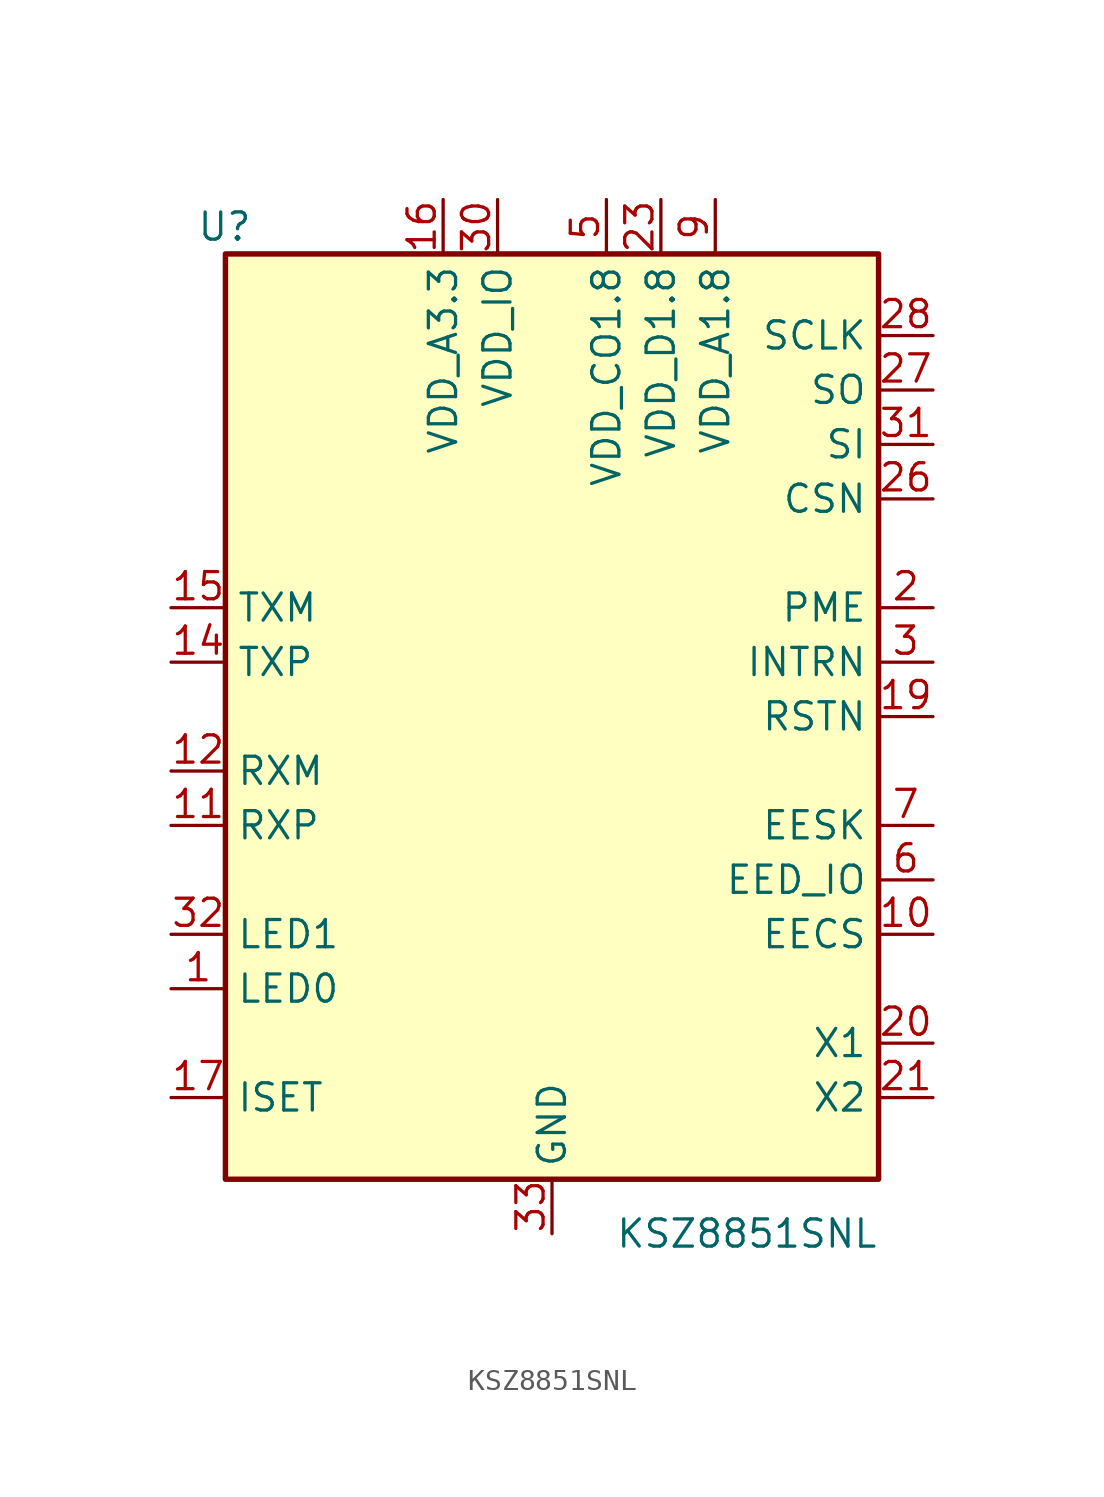
<source format=kicad_sym>
(kicad_symbol_lib
  (version 20220914)
  (generator kicad_symbol_editor)
  (symbol "KSZ8851SNL"
    (property "Reference" "U"
      (at -13.97 22.86 0)
      (effects (font (size 1.27 1.27)) (justify right)))
    (property "Value" "KSZ8851SNL"
      (at 15.24 -24.13 0)
      (effects (font (size 1.27 1.27)) (justify right)))
    (symbol "KSZ8851SNL_1_1"
      (rectangle (start -15.24 21.59) (end 15.24 -21.59) (stroke (width 0.254) (type default)) (fill (type background)))
      (pin output line (at -17.78 -12.7 0) (length 2.54) (name "LED0" (effects (font (size 1.27 1.27)))) (number "1" (effects (font (size 1.27 1.27)))))
      (pin output line (at 17.78 -10.16 180) (length 2.54) (name "EECS" (effects (font (size 1.27 1.27)))) (number "10" (effects (font (size 1.27 1.27)))))
      (pin bidirectional line (at -17.78 -5.08 0) (length 2.54) (name "RXP" (effects (font (size 1.27 1.27)))) (number "11" (effects (font (size 1.27 1.27)))))
      (pin bidirectional line (at -17.78 -2.54 0) (length 2.54) (name "RXM" (effects (font (size 1.27 1.27)))) (number "12" (effects (font (size 1.27 1.27)))))
      (pin power_in line (at 0 -24.13 90) (length 2.54) hide (name "AGND" (effects (font (size 1.27 1.27)))) (number "13" (effects (font (size 1.27 1.27)))))
      (pin bidirectional line (at -17.78 2.54 0) (length 2.54) (name "TXP" (effects (font (size 1.27 1.27)))) (number "14" (effects (font (size 1.27 1.27)))))
      (pin bidirectional line (at -17.78 5.08 0) (length 2.54) (name "TXM" (effects (font (size 1.27 1.27)))) (number "15" (effects (font (size 1.27 1.27)))))
      (pin power_in line (at -5.08 24.13 270) (length 2.54) (name "VDD_A3.3" (effects (font (size 1.27 1.27)))) (number "16" (effects (font (size 1.27 1.27)))))
      (pin output line (at -17.78 -17.78 0) (length 2.54) (name "ISET" (effects (font (size 1.27 1.27)))) (number "17" (effects (font (size 1.27 1.27)))))
      (pin power_in line (at 0 -24.13 90) (length 2.54) hide (name "AGND" (effects (font (size 1.27 1.27)))) (number "18" (effects (font (size 1.27 1.27)))))
      (pin input line (at 17.78 0 180) (length 2.54) (name "RSTN" (effects (font (size 1.27 1.27)))) (number "19" (effects (font (size 1.27 1.27)))))
      (pin output line (at 17.78 5.08 180) (length 2.54) (name "PME" (effects (font (size 1.27 1.27)))) (number "2" (effects (font (size 1.27 1.27)))))
      (pin input line (at 17.78 -15.24 180) (length 2.54) (name "X1" (effects (font (size 1.27 1.27)))) (number "20" (effects (font (size 1.27 1.27)))))
      (pin output line (at 17.78 -17.78 180) (length 2.54) (name "X2" (effects (font (size 1.27 1.27)))) (number "21" (effects (font (size 1.27 1.27)))))
      (pin power_in line (at 0 -24.13 90) (length 2.54) hide (name "DGND" (effects (font (size 1.27 1.27)))) (number "22" (effects (font (size 1.27 1.27)))))
      (pin power_in line (at 5.08 24.13 270) (length 2.54) (name "VDD_D1.8" (effects (font (size 1.27 1.27)))) (number "23" (effects (font (size 1.27 1.27)))))
      (pin power_in line (at 0 -24.13 90) (length 2.54) hide (name "DGND" (effects (font (size 1.27 1.27)))) (number "24" (effects (font (size 1.27 1.27)))))
      (pin power_in line (at -2.54 24.13 270) (length 2.54) hide (name "VDD_IO" (effects (font (size 1.27 1.27)))) (number "25" (effects (font (size 1.27 1.27)))))
      (pin input line (at 17.78 10.16 180) (length 2.54) (name "CSN" (effects (font (size 1.27 1.27)))) (number "26" (effects (font (size 1.27 1.27)))))
      (pin output line (at 17.78 15.24 180) (length 2.54) (name "SO" (effects (font (size 1.27 1.27)))) (number "27" (effects (font (size 1.27 1.27)))))
      (pin input line (at 17.78 17.78 180) (length 2.54) (name "SCLK" (effects (font (size 1.27 1.27)))) (number "28" (effects (font (size 1.27 1.27)))))
      (pin power_in line (at 0 -24.13 90) (length 2.54) hide (name "DGND" (effects (font (size 1.27 1.27)))) (number "29" (effects (font (size 1.27 1.27)))))
      (pin output line (at 17.78 2.54 180) (length 2.54) (name "INTRN" (effects (font (size 1.27 1.27)))) (number "3" (effects (font (size 1.27 1.27)))))
      (pin power_in line (at -2.54 24.13 270) (length 2.54) (name "VDD_IO" (effects (font (size 1.27 1.27)))) (number "30" (effects (font (size 1.27 1.27)))))
      (pin input line (at 17.78 12.7 180) (length 2.54) (name "SI" (effects (font (size 1.27 1.27)))) (number "31" (effects (font (size 1.27 1.27)))))
      (pin output line (at -17.78 -10.16 0) (length 2.54) (name "LED1" (effects (font (size 1.27 1.27)))) (number "32" (effects (font (size 1.27 1.27)))))
      (pin power_in line (at 0 -24.13 90) (length 2.54) (name "GND" (effects (font (size 1.27 1.27)))) (number "33" (effects (font (size 1.27 1.27)))))
      (pin power_in line (at 0 -24.13 90) (length 2.54) hide (name "DGND" (effects (font (size 1.27 1.27)))) (number "4" (effects (font (size 1.27 1.27)))))
      (pin power_out line (at 2.54 24.13 270) (length 2.54) (name "VDD_CO1.8" (effects (font (size 1.27 1.27)))) (number "5" (effects (font (size 1.27 1.27)))))
      (pin bidirectional line (at 17.78 -7.62 180) (length 2.54) (name "EED_IO" (effects (font (size 1.27 1.27)))) (number "6" (effects (font (size 1.27 1.27)))))
      (pin output line (at 17.78 -5.08 180) (length 2.54) (name "EESK" (effects (font (size 1.27 1.27)))) (number "7" (effects (font (size 1.27 1.27)))))
      (pin power_in line (at 0 -24.13 90) (length 2.54) hide (name "AGND" (effects (font (size 1.27 1.27)))) (number "8" (effects (font (size 1.27 1.27)))))
      (pin power_in line (at 7.62 24.13 270) (length 2.54) (name "VDD_A1.8" (effects (font (size 1.27 1.27)))) (number "9" (effects (font (size 1.27 1.27))))))))
</source>
